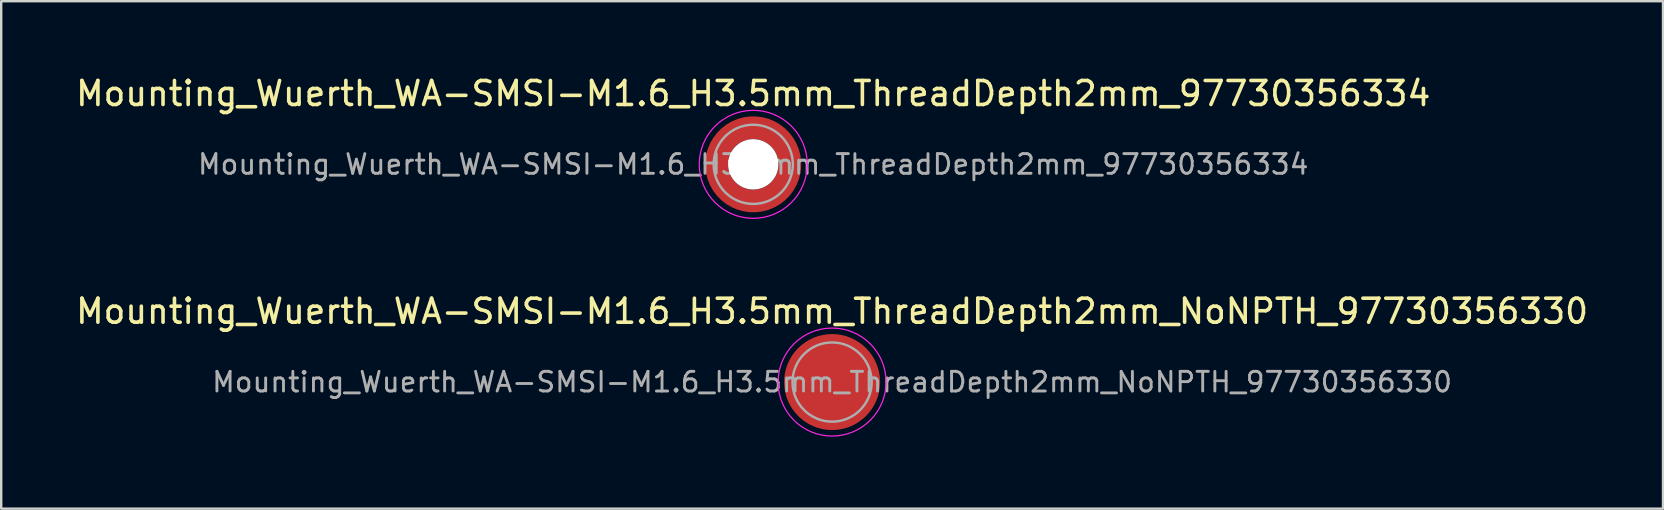
<source format=kicad_pcb>
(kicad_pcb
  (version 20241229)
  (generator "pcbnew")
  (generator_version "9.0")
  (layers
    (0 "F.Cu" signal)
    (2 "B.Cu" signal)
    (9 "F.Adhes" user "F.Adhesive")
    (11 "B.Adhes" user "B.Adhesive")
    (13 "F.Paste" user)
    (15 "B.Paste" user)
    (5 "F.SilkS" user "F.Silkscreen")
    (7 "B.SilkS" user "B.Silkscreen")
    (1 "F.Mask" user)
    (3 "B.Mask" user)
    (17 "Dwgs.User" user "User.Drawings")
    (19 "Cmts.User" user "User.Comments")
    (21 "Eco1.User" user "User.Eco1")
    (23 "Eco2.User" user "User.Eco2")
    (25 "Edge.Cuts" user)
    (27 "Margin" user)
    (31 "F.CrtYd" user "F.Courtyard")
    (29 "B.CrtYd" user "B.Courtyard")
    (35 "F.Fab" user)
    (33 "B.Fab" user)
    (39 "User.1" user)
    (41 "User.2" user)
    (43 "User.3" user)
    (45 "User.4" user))
  (footprint "Mounting_Wuerth_WA-SMSI-M1.6_H3.5mm_ThreadDepth2mm_NoNPTH_97730356330"
    (layer "F.Cu")
    (at 31.625 12.871)
    (property "Reference" "Mounting_Wuerth_WA-SMSI-M1.6_H3.5mm_ThreadDepth2mm_NoNPTH_97730356330" (at 0 -2.95 0) (layer "F.SilkS") (effects (font (size 1 1) (thickness 0.15))))
    (attr smd)
    (fp_circle (center 0 0) (end 2.25 0) (stroke (width 0.05) (type solid)) (fill no) (layer "F.CrtYd"))
    (fp_circle (center 0 0) (end 1.65 0) (stroke (width 0.1) (type solid)) (fill no) (layer "F.Fab"))
    (fp_text user "${REFERENCE}" (at 0 0 0) (layer "F.Fab") (effects (font (size 0.82 0.82) (thickness 0.12))))
    (pad "" smd custom (at -0.778 -0.778) (size 1.2 1.2) (layers "F.Paste") (options (anchor circle)) (primitives (gr_arc (start 0.465568 0.527817) (mid 0.494887 0.495062) (end 0.527624 0.465723) (width 0.2)) (gr_arc (start 0.344805 0.527817) (mid 0.424264 0.424264) (end 0.527818 0.344805) (width 0.2)) (gr_arc (start 0.232382 0.527817) (mid 0.353364 0.353743) (end 0.527329 0.232606) (width 0.2)) (gr_arc (start 0.123983 0.527817) (mid 0.282626 0.28306) (end 0.527243 0.124203) (width 0.2)) (gr_arc (start 0.017883 0.527817) (mid 0.211737 0.212527) (end 0.526755 0.018233) (width 0.2)) (gr_arc (start -0.086763 0.527817) (mid 0.141173 0.14167) (end 0.527142 -0.086568) (width 0.2)) (gr_arc (start -0.190428 0.527817) (mid 0.070433 0.070988) (end 0.527057 -0.190232) (width 0.2)) (gr_arc (start -0.293397 0.527817) (mid -0.000182 0.000182) (end 0.527315 -0.29328) (width 0.2)) (gr_arc (start -0.395852 0.527817) (mid -0.071085 -0.070336) (end 0.526781 -0.395631) (width 0.2)) (gr_arc (start -0.497918 0.527817) (mid -0.141622 -0.141221) (end 0.52726 -0.497809) (width 0.2)) (gr_arc (start -0.59968 0.527817) (mid -0.212364 -0.2119) (end 0.527171 -0.599563) (width 0.2)) (gr_arc (start -0.701202 0.527817) (mid -0.282952 -0.282733) (end 0.527511 -0.70115) (width 0.2)) (gr_arc (start -0.802531 0.527817) (mid -0.353765 -0.353343) (end 0.527227 -0.802438) (width 0.2)) (gr_arc (start -0.9037 0.527817) (mid -0.425176 -0.423352) (end 0.525265 -0.903319) (width 0.2)) (gr_arc (start -1.004737 0.527817) (mid -0.49534 -0.49461) (end 0.526794 -1.004593) (width 0.2)) (gr_line (start 0.528 0.466) (end 0.528 -1.005) (width 0.2)) (gr_line (start 0.466 0.528) (end -1.005 0.528) (width 0.2))))
    (pad "" smd custom (at -0.778 0.778) (size 1.2 1.2) (layers "F.Paste") (options (anchor circle)) (primitives (gr_arc (start 0.527817 -0.465568) (mid 0.495062 -0.494887) (end 0.465723 -0.527624) (width 0.2)) (gr_arc (start 0.527817 -0.344805) (mid 0.424264 -0.424264) (end 0.344805 -0.527818) (width 0.2)) (gr_arc (start 0.527817 -0.232382) (mid 0.353743 -0.353364) (end 0.232606 -0.527329) (width 0.2)) (gr_arc (start 0.527817 -0.123983) (mid 0.28306 -0.282626) (end 0.124203 -0.527243) (width 0.2)) (gr_arc (start 0.527817 -0.017883) (mid 0.212527 -0.211737) (end 0.018233 -0.526755) (width 0.2)) (gr_arc (start 0.527817 0.086763) (mid 0.14167 -0.141173) (end -0.086568 -0.527142) (width 0.2)) (gr_arc (start 0.527817 0.190428) (mid 0.070988 -0.070433) (end -0.190232 -0.527057) (width 0.2)) (gr_arc (start 0.527817 0.293397) (mid 0.000182 0.000182) (end -0.29328 -0.527315) (width 0.2)) (gr_arc (start 0.527817 0.395852) (mid -0.070336 0.071085) (end -0.395631 -0.526781) (width 0.2)) (gr_arc (start 0.527817 0.497918) (mid -0.141221 0.141622) (end -0.497809 -0.52726) (width 0.2)) (gr_arc (start 0.527817 0.59968) (mid -0.2119 0.212364) (end -0.599563 -0.527171) (width 0.2)) (gr_arc (start 0.527817 0.701202) (mid -0.282733 0.282952) (end -0.70115 -0.527511) (width 0.2)) (gr_arc (start 0.527817 0.802531) (mid -0.353343 0.353765) (end -0.802438 -0.527227) (width 0.2)) (gr_arc (start 0.527817 0.9037) (mid -0.423352 0.425176) (end -0.903319 -0.525265) (width 0.2)) (gr_arc (start 0.527817 1.004737) (mid -0.49461 0.49534) (end -1.004593 -0.526794) (width 0.2)) (gr_line (start 0.466 -0.528) (end -1.005 -0.528) (width 0.2)) (gr_line (start 0.528 -0.466) (end 0.528 1.005) (width 0.2))))
    (pad "" smd custom (at 0.778 -0.778) (size 1.2 1.2) (layers "F.Paste") (options (anchor circle)) (primitives (gr_arc (start -0.527817 0.465568) (mid -0.495062 0.494887) (end -0.465723 0.527624) (width 0.2)) (gr_arc (start -0.527817 0.344805) (mid -0.424264 0.424264) (end -0.344805 0.527818) (width 0.2)) (gr_arc (start -0.527817 0.232382) (mid -0.353743 0.353364) (end -0.232606 0.527329) (width 0.2)) (gr_arc (start -0.527817 0.123983) (mid -0.28306 0.282626) (end -0.124203 0.527243) (width 0.2)) (gr_arc (start -0.527817 0.017883) (mid -0.212527 0.211737) (end -0.018233 0.526755) (width 0.2)) (gr_arc (start -0.527817 -0.086763) (mid -0.14167 0.141173) (end 0.086568 0.527142) (width 0.2)) (gr_arc (start -0.527817 -0.190428) (mid -0.070988 0.070433) (end 0.190232 0.527057) (width 0.2)) (gr_arc (start -0.527817 -0.293397) (mid -0.000182 -0.000182) (end 0.29328 0.527315) (width 0.2)) (gr_arc (start -0.527817 -0.395852) (mid 0.070336 -0.071085) (end 0.395631 0.526781) (width 0.2)) (gr_arc (start -0.527817 -0.497918) (mid 0.141221 -0.141622) (end 0.497809 0.52726) (width 0.2)) (gr_arc (start -0.527817 -0.59968) (mid 0.2119 -0.212364) (end 0.599563 0.527171) (width 0.2)) (gr_arc (start -0.527817 -0.701202) (mid 0.282733 -0.282952) (end 0.70115 0.527511) (width 0.2)) (gr_arc (start -0.527817 -0.802531) (mid 0.353343 -0.353765) (end 0.802438 0.527227) (width 0.2)) (gr_arc (start -0.527817 -0.9037) (mid 0.423352 -0.425176) (end 0.903319 0.525265) (width 0.2)) (gr_arc (start -0.527817 -1.004737) (mid 0.49461 -0.49534) (end 1.004593 0.526794) (width 0.2)) (gr_line (start -0.466 0.528) (end 1.005 0.528) (width 0.2)) (gr_line (start -0.528 0.466) (end -0.528 -1.005) (width 0.2))))
    (pad "" smd custom (at 0.778 0.778) (size 1.2 1.2) (layers "F.Paste") (options (anchor circle)) (primitives (gr_arc (start -0.465568 -0.527817) (mid -0.494887 -0.495062) (end -0.527624 -0.465723) (width 0.2)) (gr_arc (start -0.344805 -0.527817) (mid -0.424264 -0.424264) (end -0.527818 -0.344805) (width 0.2)) (gr_arc (start -0.232382 -0.527817) (mid -0.353364 -0.353743) (end -0.527329 -0.232606) (width 0.2)) (gr_arc (start -0.123983 -0.527817) (mid -0.282626 -0.28306) (end -0.527243 -0.124203) (width 0.2)) (gr_arc (start -0.017883 -0.527817) (mid -0.211737 -0.212527) (end -0.526755 -0.018233) (width 0.2)) (gr_arc (start 0.086763 -0.527817) (mid -0.141173 -0.14167) (end -0.527142 0.086568) (width 0.2)) (gr_arc (start 0.190428 -0.527817) (mid -0.070433 -0.070988) (end -0.527057 0.190232) (width 0.2)) (gr_arc (start 0.293397 -0.527817) (mid 0.000182 -0.000182) (end -0.527315 0.29328) (width 0.2)) (gr_arc (start 0.395852 -0.527817) (mid 0.071085 0.070336) (end -0.526781 0.395631) (width 0.2)) (gr_arc (start 0.497918 -0.527817) (mid 0.141622 0.141221) (end -0.52726 0.497809) (width 0.2)) (gr_arc (start 0.59968 -0.527817) (mid 0.212364 0.2119) (end -0.527171 0.599563) (width 0.2)) (gr_arc (start 0.701202 -0.527817) (mid 0.282952 0.282733) (end -0.527511 0.70115) (width 0.2)) (gr_arc (start 0.802531 -0.527817) (mid 0.353765 0.353343) (end -0.527227 0.802438) (width 0.2)) (gr_arc (start 0.9037 -0.527817) (mid 0.425176 0.423352) (end -0.525265 0.903319) (width 0.2)) (gr_arc (start 1.004737 -0.527817) (mid 0.49534 0.49461) (end -0.526794 1.004593) (width 0.2)) (gr_line (start -0.528 -0.466) (end -0.528 1.005) (width 0.2)) (gr_line (start -0.466 -0.528) (end 1.005 -0.528) (width 0.2))))
    (pad "1" smd circle (at 0 0) (size 4 4) (layers "F.Cu" "F.Mask")))
  (footprint "Mounting_Wuerth_WA-SMSI-M1.6_H3.5mm_ThreadDepth2mm_97730356334"
    (layer "F.Cu")
    (at 28.339 3.798)
    (property "Reference" "Mounting_Wuerth_WA-SMSI-M1.6_H3.5mm_ThreadDepth2mm_97730356334" (at 0 -2.95 0) (layer "F.SilkS") (effects (font (size 1 1) (thickness 0.15))))
    (attr smd)
    (fp_circle (center 0 0) (end 2.25 0) (stroke (width 0.05) (type solid)) (fill no) (layer "F.CrtYd"))
    (fp_circle (center 0 0) (end 1.65 0) (stroke (width 0.1) (type solid)) (fill no) (layer "F.Fab"))
    (fp_text user "${REFERENCE}" (at 0 0 0) (layer "F.Fab") (effects (font (size 0.82 0.82) (thickness 0.12))))
    (pad "" smd custom (at -1.061 -1.061) (size 0.4 0.4) (layers "F.Paste") (options (anchor circle)) (primitives (gr_arc (start -0.101235 0.76066) (mid 0.211799 0.212465) (end 0.759748 -0.100999) (width 0.2)) (gr_arc (start -0.204251 0.76066) (mid 0.141299 0.141544) (end 0.760323 -0.204171) (width 0.2)) (gr_arc (start -0.306819 0.76066) (mid 0.070255 0.071167) (end 0.759401 -0.306542) (width 0.2)) (gr_arc (start -0.409034 0.76066) (mid -0.000242 0.000241) (end 0.759991 -0.408897) (width 0.2)) (gr_arc (start -0.510963 0.76066) (mid -0.071561 -0.06986) (end 0.758297 -0.51051) (width 0.2)) (gr_arc (start -0.61266 0.76066) (mid -0.142171 -0.140671) (end 0.758572 -0.612284) (width 0.2)) (gr_arc (start -0.714164 0.76066) (mid -0.212264 -0.212) (end 0.760292 -0.714102) (width 0.2)) (gr_line (start 0.761 -0.101) (end 0.761 -0.714) (width 0.2)) (gr_line (start -0.101 0.761) (end -0.714 0.761) (width 0.2))))
    (pad "" smd custom (at -1.061 1.061) (size 0.4 0.4) (layers "F.Paste") (options (anchor circle)) (primitives (gr_arc (start 0.76066 0.101235) (mid 0.212465 -0.211799) (end -0.100999 -0.759748) (width 0.2)) (gr_arc (start 0.76066 0.204251) (mid 0.141544 -0.141299) (end -0.204171 -0.760323) (width 0.2)) (gr_arc (start 0.76066 0.306819) (mid 0.071167 -0.070255) (end -0.306542 -0.759401) (width 0.2)) (gr_arc (start 0.76066 0.409034) (mid 0.000241 0.000242) (end -0.408897 -0.759991) (width 0.2)) (gr_arc (start 0.76066 0.510963) (mid -0.06986 0.071561) (end -0.51051 -0.758297) (width 0.2)) (gr_arc (start 0.76066 0.61266) (mid -0.140671 0.142171) (end -0.612284 -0.758572) (width 0.2)) (gr_arc (start 0.76066 0.714164) (mid -0.212 0.212264) (end -0.714102 -0.760292) (width 0.2)) (gr_line (start -0.101 -0.761) (end -0.714 -0.761) (width 0.2)) (gr_line (start 0.761 0.101) (end 0.761 0.714) (width 0.2))))
    (pad "" np_thru_hole circle (at 0 0) (size 2.1 2.1) (drill 2.1) (layers "*.Cu" "*.Mask"))
    (pad "" smd custom (at 1.061 -1.061) (size 0.4 0.4) (layers "F.Paste") (options (anchor circle)) (primitives (gr_arc (start -0.76066 -0.101235) (mid -0.212465 0.211799) (end 0.100999 0.759748) (width 0.2)) (gr_arc (start -0.76066 -0.204251) (mid -0.141544 0.141299) (end 0.204171 0.760323) (width 0.2)) (gr_arc (start -0.76066 -0.306819) (mid -0.071167 0.070255) (end 0.306542 0.759401) (width 0.2)) (gr_arc (start -0.76066 -0.409034) (mid -0.000241 -0.000242) (end 0.408897 0.759991) (width 0.2)) (gr_arc (start -0.76066 -0.510963) (mid 0.06986 -0.071561) (end 0.51051 0.758297) (width 0.2)) (gr_arc (start -0.76066 -0.61266) (mid 0.140671 -0.142171) (end 0.612284 0.758572) (width 0.2)) (gr_arc (start -0.76066 -0.714164) (mid 0.212 -0.212264) (end 0.714102 0.760292) (width 0.2)) (gr_line (start 0.101 0.761) (end 0.714 0.761) (width 0.2)) (gr_line (start -0.761 -0.101) (end -0.761 -0.714) (width 0.2))))
    (pad "" smd custom (at 1.061 1.061) (size 0.4 0.4) (layers "F.Paste") (options (anchor circle)) (primitives (gr_arc (start 0.101235 -0.76066) (mid -0.211799 -0.212465) (end -0.759748 0.100999) (width 0.2)) (gr_arc (start 0.204251 -0.76066) (mid -0.141299 -0.141544) (end -0.760323 0.204171) (width 0.2)) (gr_arc (start 0.306819 -0.76066) (mid -0.070255 -0.071167) (end -0.759401 0.306542) (width 0.2)) (gr_arc (start 0.409034 -0.76066) (mid 0.000242 -0.000241) (end -0.759991 0.408897) (width 0.2)) (gr_arc (start 0.510963 -0.76066) (mid 0.071561 0.06986) (end -0.758297 0.51051) (width 0.2)) (gr_arc (start 0.61266 -0.76066) (mid 0.142171 0.140671) (end -0.758572 0.612284) (width 0.2)) (gr_arc (start 0.714164 -0.76066) (mid 0.212264 0.212) (end -0.760292 0.714102) (width 0.2)) (gr_line (start -0.761 0.101) (end -0.761 0.714) (width 0.2)) (gr_line (start 0.101 -0.761) (end 0.714 -0.761) (width 0.2))))
    (pad "1" smd circle (at -1.525 0) (size 0.55 0.55) (layers "F.Cu"))
    (pad "1" smd circle (at 0 -1.525) (size 0.55 0.55) (layers "F.Cu"))
    (pad "1" smd circle (at 0 1.525) (size 0.55 0.55) (layers "F.Cu"))
    (pad "1" smd custom (at 1.525 0) (size 0.55 0.55) (layers "F.Cu" "F.Mask") (options (anchor circle)) (primitives (gr_circle (center -1.525 0) (end 0 0) (width 0.95) (fill no)))))
  (gr_rect
    (start -3 -3)
    (end 66.25 18.146)
    (stroke (width 0.1) (type default))
    (fill no)
    (layer "Edge.Cuts")))
</source>
